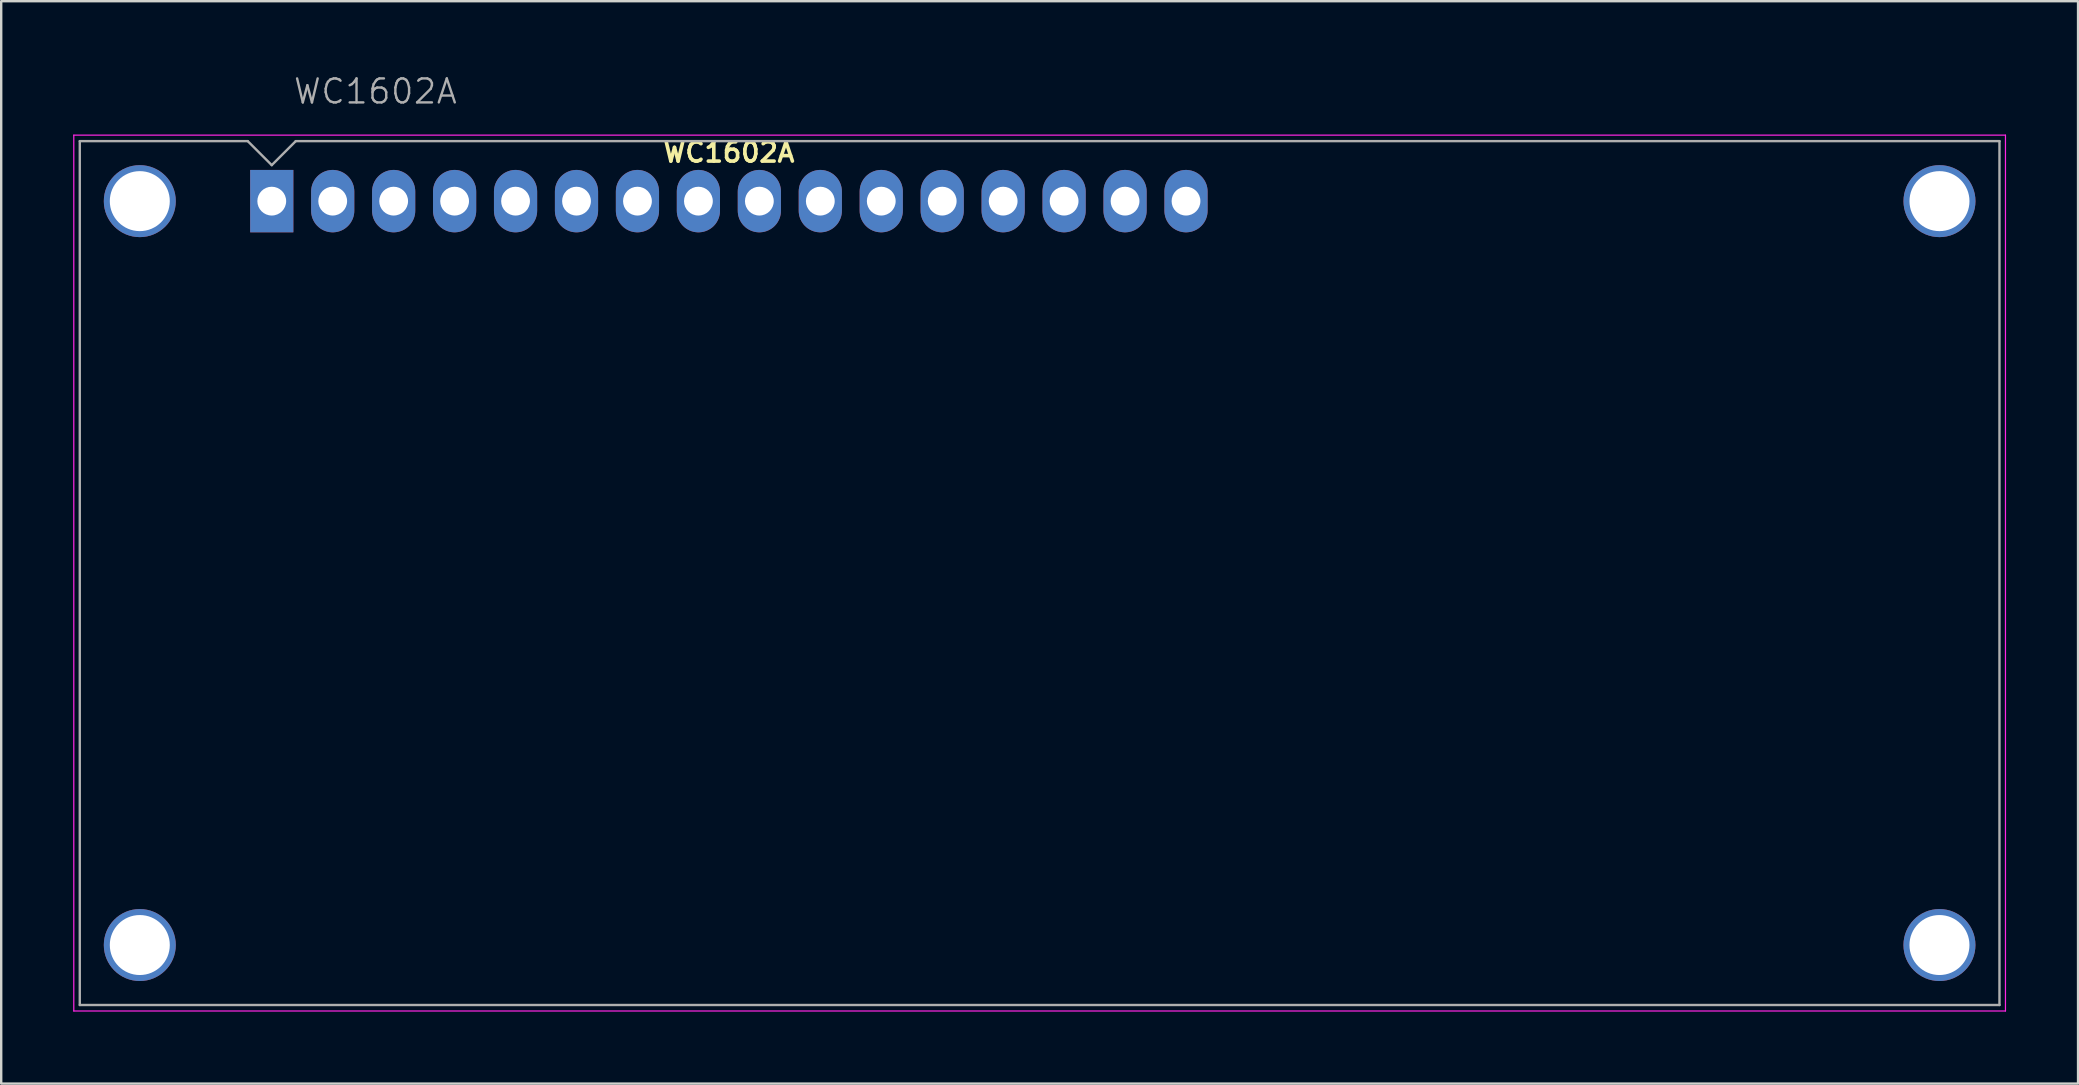
<source format=kicad_pcb>
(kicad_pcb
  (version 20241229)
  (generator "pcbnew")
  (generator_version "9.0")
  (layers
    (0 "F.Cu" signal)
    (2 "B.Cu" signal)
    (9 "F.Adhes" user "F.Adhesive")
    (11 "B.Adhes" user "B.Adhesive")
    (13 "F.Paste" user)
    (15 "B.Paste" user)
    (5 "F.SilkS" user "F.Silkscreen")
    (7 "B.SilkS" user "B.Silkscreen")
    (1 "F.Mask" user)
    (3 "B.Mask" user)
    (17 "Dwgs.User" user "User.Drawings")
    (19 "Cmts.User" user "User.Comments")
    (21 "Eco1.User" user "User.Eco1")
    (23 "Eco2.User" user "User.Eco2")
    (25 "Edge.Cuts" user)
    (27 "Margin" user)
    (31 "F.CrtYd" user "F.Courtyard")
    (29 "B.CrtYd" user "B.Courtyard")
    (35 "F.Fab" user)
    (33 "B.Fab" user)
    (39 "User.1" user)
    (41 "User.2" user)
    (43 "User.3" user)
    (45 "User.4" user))
  (footprint "WC1602A"
    (layer "F.Cu")
    (at 8.275 5.332)
    (property "Reference" "WC1602A" (at 19.05 -2.032 0) (layer "F.SilkS") (effects (font (size 0.8 0.8) (thickness 0.15))))
    (attr through_hole)
    (fp_line (start -8.25 -2.75) (end -8.25 33.75) (stroke (width 0.05) (type solid)) (layer "F.CrtYd"))
    (fp_line (start -8.25 -2.75) (end 72.25 -2.75) (stroke (width 0.05) (type solid)) (layer "F.CrtYd"))
    (fp_line (start -8.25 33.75) (end 72.25 33.75) (stroke (width 0.05) (type solid)) (layer "F.CrtYd"))
    (fp_line (start 72.25 -2.75) (end 72.25 33.75) (stroke (width 0.05) (type solid)) (layer "F.CrtYd"))
    (fp_line (start -8 33.5) (end -8 -2.5) (stroke (width 0.1) (type solid)) (layer "F.Fab"))
    (fp_line (start -1 -2.5) (end -8 -2.5) (stroke (width 0.1) (type solid)) (layer "F.Fab"))
    (fp_line (start 0 -1.5) (end -1 -2.5) (stroke (width 0.1) (type solid)) (layer "F.Fab"))
    (fp_line (start 1 -2.5) (end 0 -1.5) (stroke (width 0.1) (type solid)) (layer "F.Fab"))
    (fp_line (start 1 -2.5) (end 72 -2.5) (stroke (width 0.1) (type solid)) (layer "F.Fab"))
    (fp_line (start 72 -2.5) (end 72 33.5) (stroke (width 0.1) (type solid)) (layer "F.Fab"))
    (fp_line (start 72 33.5) (end -8 33.5) (stroke (width 0.1) (type solid)) (layer "F.Fab"))
    (fp_text user "${REFERENCE}" (at 4.318 -4.572 0) (layer "F.Fab") (effects (font (size 1 1) (thickness 0.1))))
    (pad "" thru_hole circle (at -5.499 0) (size 3 3) (drill 2.5) (layers "*.Cu" "*.Mask"))
    (pad "" thru_hole circle (at -5.499 31.001) (size 3 3) (drill 2.5) (layers "*.Cu" "*.Mask"))
    (pad "" thru_hole circle (at 69.499 31.001) (size 3 3) (drill 2.5) (layers "*.Cu" "*.Mask"))
    (pad "" thru_hole circle (at 69.5 0) (size 3 3) (drill 2.5) (layers "*.Cu" "*.Mask"))
    (pad "1" thru_hole rect (at 0 0) (size 1.8 2.6) (drill 1.2) (layers "*.Cu" "*.Mask"))
    (pad "2" thru_hole oval (at 2.54 0) (size 1.8 2.6) (drill 1.2) (layers "*.Cu" "*.Mask"))
    (pad "3" thru_hole oval (at 5.08 0) (size 1.8 2.6) (drill 1.2) (layers "*.Cu" "*.Mask"))
    (pad "4" thru_hole oval (at 7.62 0) (size 1.8 2.6) (drill 1.2) (layers "*.Cu" "*.Mask"))
    (pad "5" thru_hole oval (at 10.16 0) (size 1.8 2.6) (drill 1.2) (layers "*.Cu" "*.Mask"))
    (pad "6" thru_hole oval (at 12.7 0) (size 1.8 2.6) (drill 1.2) (layers "*.Cu" "*.Mask"))
    (pad "7" thru_hole oval (at 15.24 0) (size 1.8 2.6) (drill 1.2) (layers "*.Cu" "*.Mask"))
    (pad "8" thru_hole oval (at 17.78 0) (size 1.8 2.6) (drill 1.2) (layers "*.Cu" "*.Mask"))
    (pad "9" thru_hole oval (at 20.32 0) (size 1.8 2.6) (drill 1.2) (layers "*.Cu" "*.Mask"))
    (pad "10" thru_hole oval (at 22.86 0) (size 1.8 2.6) (drill 1.2) (layers "*.Cu" "*.Mask"))
    (pad "11" thru_hole oval (at 25.4 0) (size 1.8 2.6) (drill 1.2) (layers "*.Cu" "*.Mask"))
    (pad "12" thru_hole oval (at 27.94 0) (size 1.8 2.6) (drill 1.2) (layers "*.Cu" "*.Mask"))
    (pad "13" thru_hole oval (at 30.48 0) (size 1.8 2.6) (drill 1.2) (layers "*.Cu" "*.Mask"))
    (pad "14" thru_hole oval (at 33.02 0) (size 1.8 2.6) (drill 1.2) (layers "*.Cu" "*.Mask"))
    (pad "15" thru_hole oval (at 35.56 0) (size 1.8 2.6) (drill 1.2) (layers "*.Cu" "*.Mask"))
    (pad "16" thru_hole oval (at 38.1 0) (size 1.8 2.6) (drill 1.2) (layers "*.Cu" "*.Mask")))
  (gr_rect
    (start -3 -3)
    (end 83.55 42.108)
    (stroke (width 0.1) (type default))
    (fill no)
    (layer "Edge.Cuts")))
</source>
